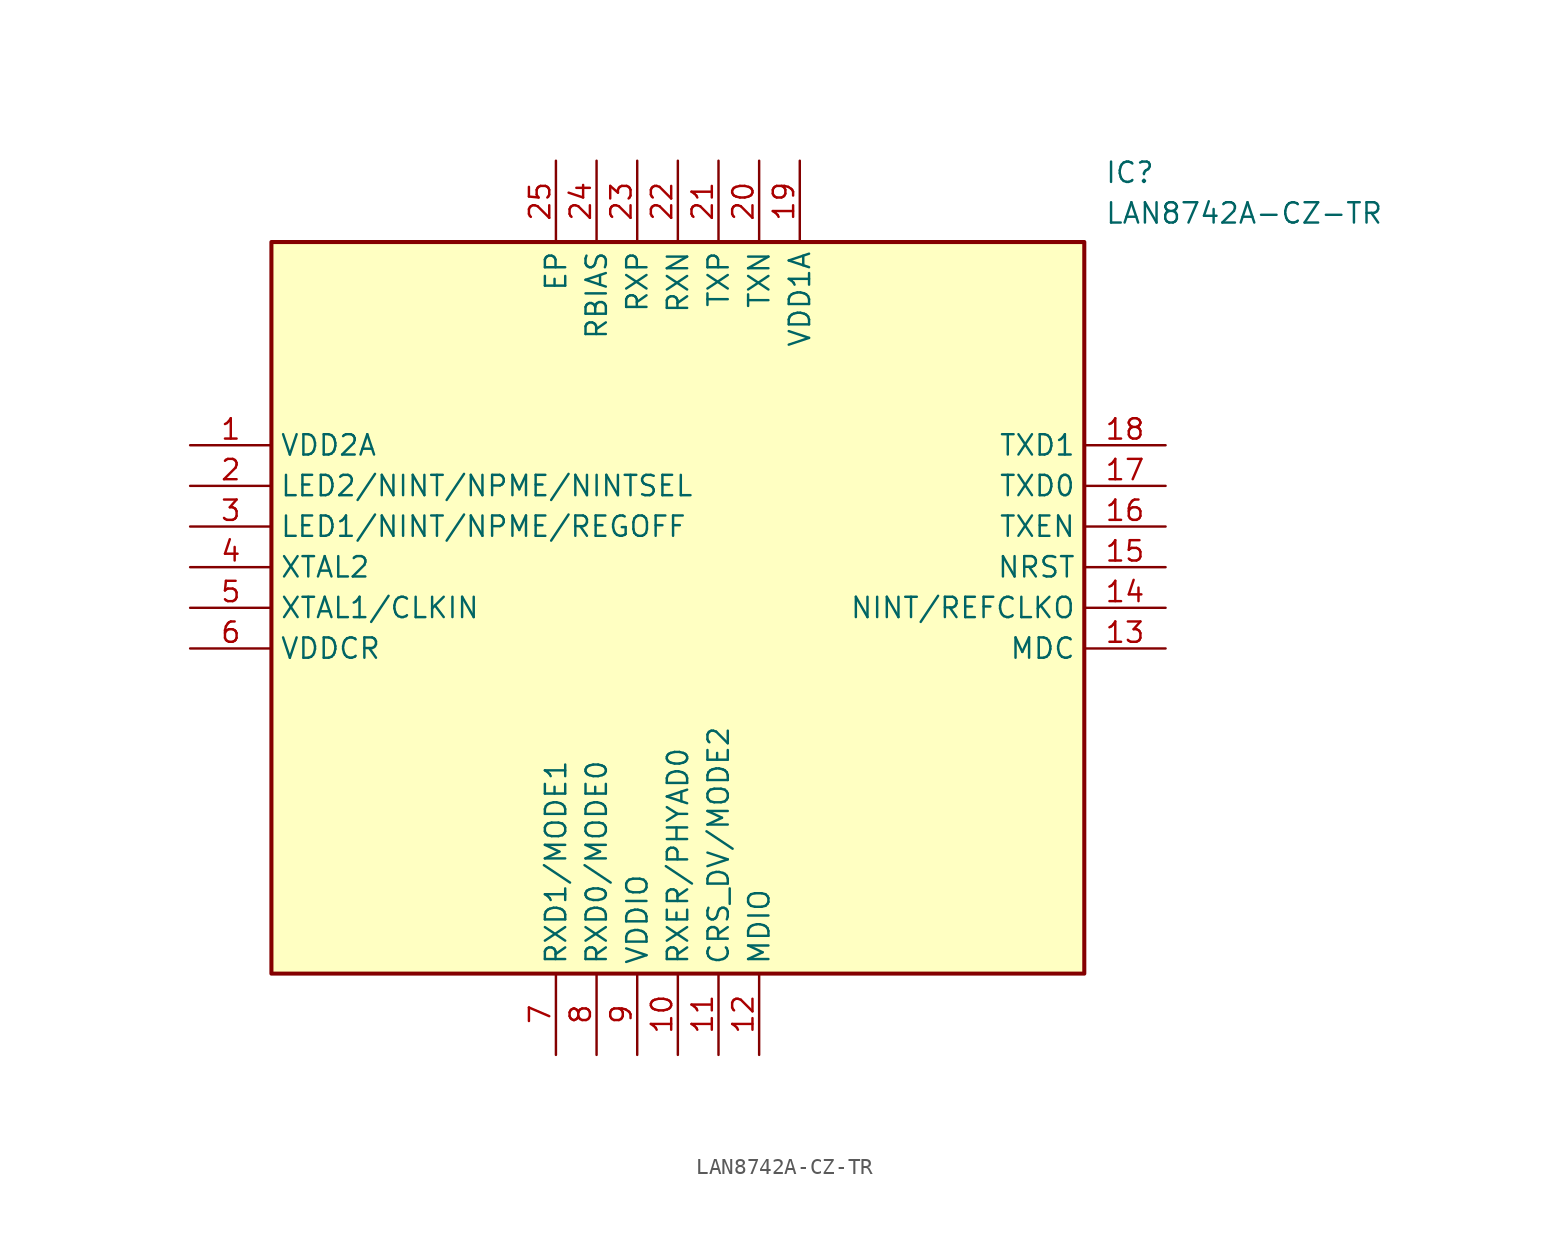
<source format=kicad_sym>
(kicad_symbol_lib
  (version 20241209)
  (generator "kicad_symbol_editor")
  (generator_version "9.0")
  (symbol "LAN8742A-CZ-TR"
    (property "Reference" "IC"
      (at 57.15 17.78 0)
      (effects (font (size 1.27 1.27)) (justify left top)))
    (property "Value" "LAN8742A-CZ-TR"
      (at 57.15 15.24 0)
      (effects (font (size 1.27 1.27)) (justify left top)))
    (symbol "LAN8742A-CZ-TR_1_1"
      (rectangle (start 5.08 12.7) (end 55.88 -33.02) (stroke (width 0.254) (type default)) (fill (type background)))
      (pin passive line (at 0 0 0) (length 5.08) (name "VDD2A" (effects (font (size 1.27 1.27)))) (number "1" (effects (font (size 1.27 1.27)))))
      (pin passive line (at 0 -2.54 0) (length 5.08) (name "LED2/NINT/NPME/NINTSEL" (effects (font (size 1.27 1.27)))) (number "2" (effects (font (size 1.27 1.27)))))
      (pin passive line (at 0 -5.08 0) (length 5.08) (name "LED1/NINT/NPME/REGOFF" (effects (font (size 1.27 1.27)))) (number "3" (effects (font (size 1.27 1.27)))))
      (pin passive line (at 0 -7.62 0) (length 5.08) (name "XTAL2" (effects (font (size 1.27 1.27)))) (number "4" (effects (font (size 1.27 1.27)))))
      (pin passive line (at 0 -10.16 0) (length 5.08) (name "XTAL1/CLKIN" (effects (font (size 1.27 1.27)))) (number "5" (effects (font (size 1.27 1.27)))))
      (pin passive line (at 0 -12.7 0) (length 5.08) (name "VDDCR" (effects (font (size 1.27 1.27)))) (number "6" (effects (font (size 1.27 1.27)))))
      (pin passive line (at 22.86 17.78 270) (length 5.08) (name "EP" (effects (font (size 1.27 1.27)))) (number "25" (effects (font (size 1.27 1.27)))))
      (pin passive line (at 22.86 -38.1 90) (length 5.08) (name "RXD1/MODE1" (effects (font (size 1.27 1.27)))) (number "7" (effects (font (size 1.27 1.27)))))
      (pin passive line (at 25.4 17.78 270) (length 5.08) (name "RBIAS" (effects (font (size 1.27 1.27)))) (number "24" (effects (font (size 1.27 1.27)))))
      (pin passive line (at 25.4 -38.1 90) (length 5.08) (name "RXD0/MODE0" (effects (font (size 1.27 1.27)))) (number "8" (effects (font (size 1.27 1.27)))))
      (pin passive line (at 27.94 17.78 270) (length 5.08) (name "RXP" (effects (font (size 1.27 1.27)))) (number "23" (effects (font (size 1.27 1.27)))))
      (pin passive line (at 27.94 -38.1 90) (length 5.08) (name "VDDIO" (effects (font (size 1.27 1.27)))) (number "9" (effects (font (size 1.27 1.27)))))
      (pin passive line (at 30.48 17.78 270) (length 5.08) (name "RXN" (effects (font (size 1.27 1.27)))) (number "22" (effects (font (size 1.27 1.27)))))
      (pin passive line (at 30.48 -38.1 90) (length 5.08) (name "RXER/PHYAD0" (effects (font (size 1.27 1.27)))) (number "10" (effects (font (size 1.27 1.27)))))
      (pin passive line (at 33.02 17.78 270) (length 5.08) (name "TXP" (effects (font (size 1.27 1.27)))) (number "21" (effects (font (size 1.27 1.27)))))
      (pin passive line (at 33.02 -38.1 90) (length 5.08) (name "CRS_DV/MODE2" (effects (font (size 1.27 1.27)))) (number "11" (effects (font (size 1.27 1.27)))))
      (pin passive line (at 35.56 17.78 270) (length 5.08) (name "TXN" (effects (font (size 1.27 1.27)))) (number "20" (effects (font (size 1.27 1.27)))))
      (pin passive line (at 35.56 -38.1 90) (length 5.08) (name "MDIO" (effects (font (size 1.27 1.27)))) (number "12" (effects (font (size 1.27 1.27)))))
      (pin passive line (at 38.1 17.78 270) (length 5.08) (name "VDD1A" (effects (font (size 1.27 1.27)))) (number "19" (effects (font (size 1.27 1.27)))))
      (pin passive line (at 60.96 0 180) (length 5.08) (name "TXD1" (effects (font (size 1.27 1.27)))) (number "18" (effects (font (size 1.27 1.27)))))
      (pin passive line (at 60.96 -2.54 180) (length 5.08) (name "TXD0" (effects (font (size 1.27 1.27)))) (number "17" (effects (font (size 1.27 1.27)))))
      (pin passive line (at 60.96 -5.08 180) (length 5.08) (name "TXEN" (effects (font (size 1.27 1.27)))) (number "16" (effects (font (size 1.27 1.27)))))
      (pin passive line (at 60.96 -7.62 180) (length 5.08) (name "NRST" (effects (font (size 1.27 1.27)))) (number "15" (effects (font (size 1.27 1.27)))))
      (pin passive line (at 60.96 -10.16 180) (length 5.08) (name "NINT/REFCLKO" (effects (font (size 1.27 1.27)))) (number "14" (effects (font (size 1.27 1.27)))))
      (pin passive line (at 60.96 -12.7 180) (length 5.08) (name "MDC" (effects (font (size 1.27 1.27)))) (number "13" (effects (font (size 1.27 1.27))))))))
</source>
